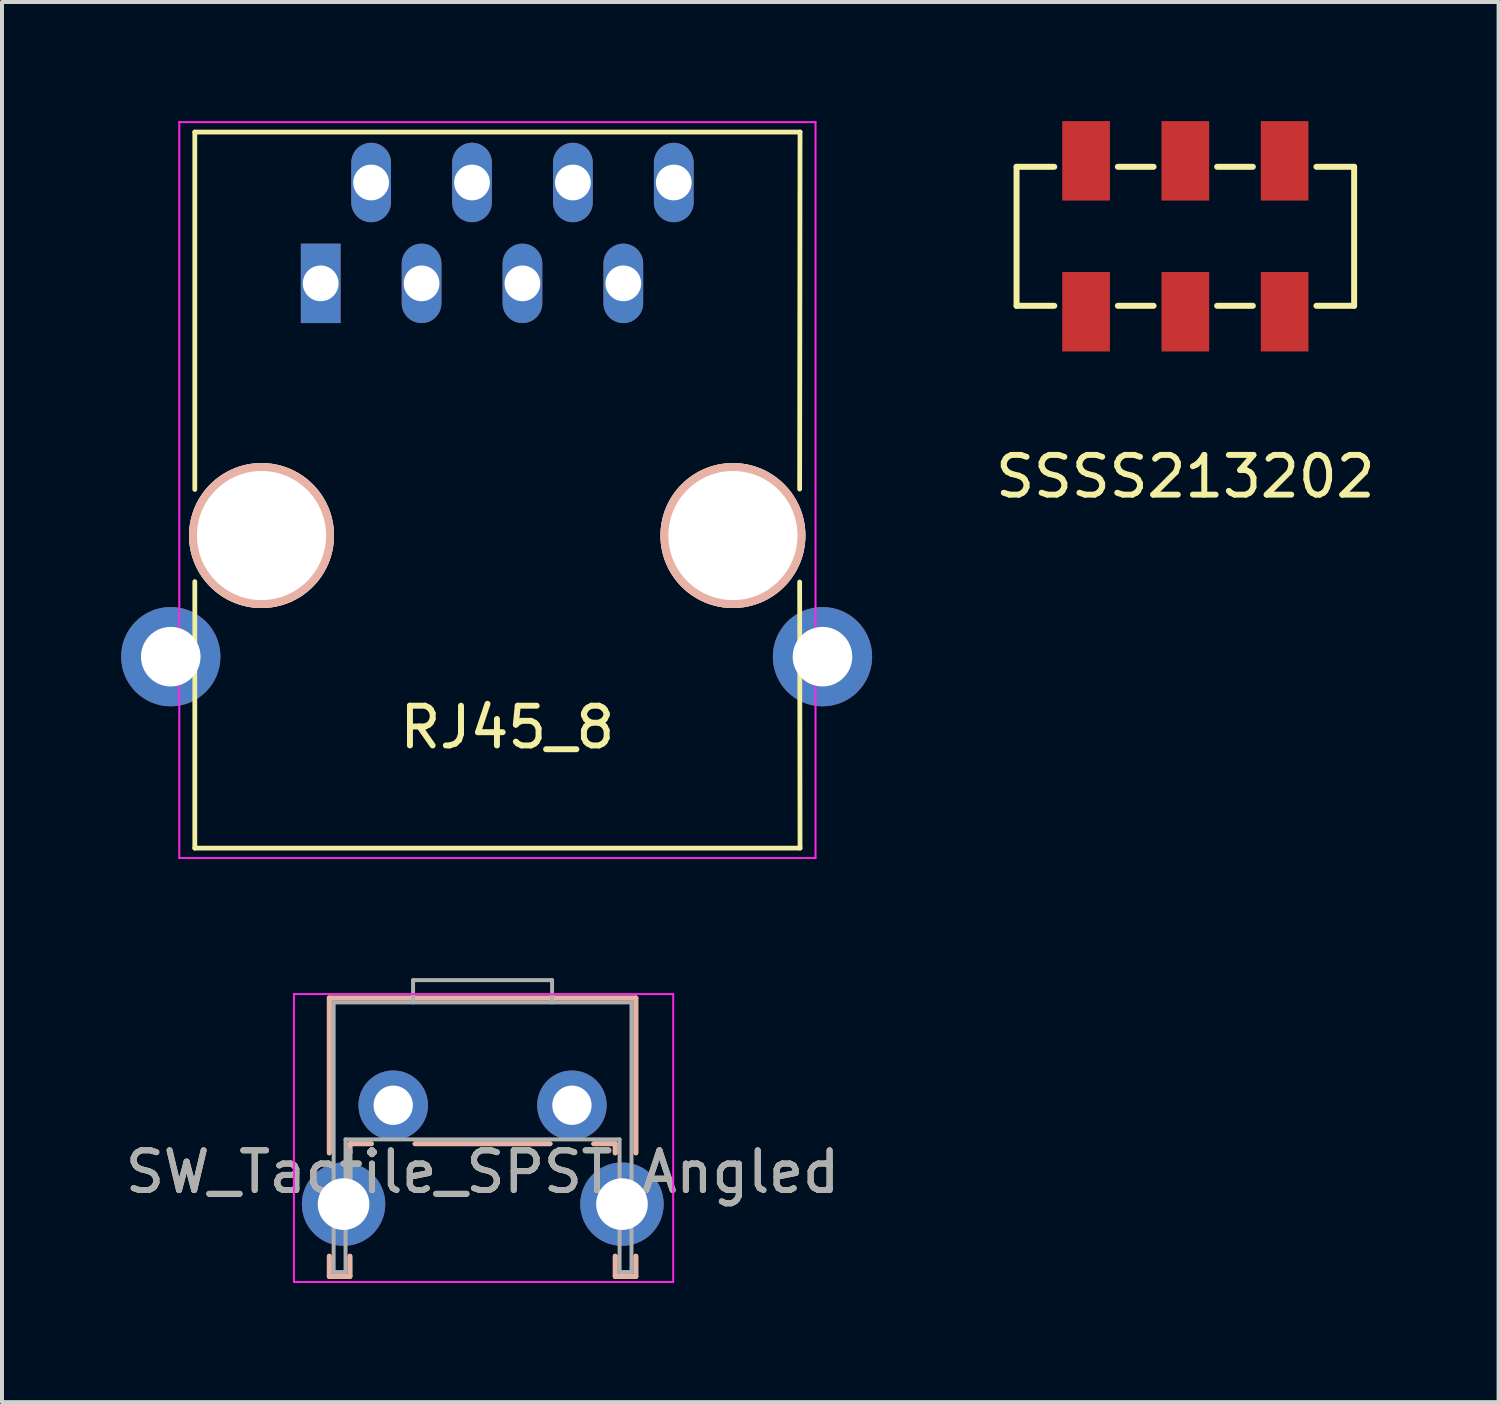
<source format=kicad_pcb>
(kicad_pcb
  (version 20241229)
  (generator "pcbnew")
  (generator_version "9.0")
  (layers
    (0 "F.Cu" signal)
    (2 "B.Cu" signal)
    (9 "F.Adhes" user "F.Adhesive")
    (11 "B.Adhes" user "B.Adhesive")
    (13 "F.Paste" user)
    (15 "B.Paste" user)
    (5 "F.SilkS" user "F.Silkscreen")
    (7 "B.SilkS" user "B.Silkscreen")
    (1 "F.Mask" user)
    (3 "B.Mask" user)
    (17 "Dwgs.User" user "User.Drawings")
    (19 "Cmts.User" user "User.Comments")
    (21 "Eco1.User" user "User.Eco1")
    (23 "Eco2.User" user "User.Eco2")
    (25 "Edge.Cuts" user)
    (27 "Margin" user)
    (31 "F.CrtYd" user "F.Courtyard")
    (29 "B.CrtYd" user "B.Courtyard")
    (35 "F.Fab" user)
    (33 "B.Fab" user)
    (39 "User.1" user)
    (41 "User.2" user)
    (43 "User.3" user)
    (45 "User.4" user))
  (footprint "RJ45_8"
    (layer "F.Cu")
    (at 5.025 4.085)
    (property "Reference" "RJ45_8" (at 4.7 11.18 0) (layer "F.SilkS") (effects (font (size 1 1) (thickness 0.15))))
    (attr through_hole)
    (fp_line (start -3.17 -3.81) (end -3.17 5.19) (stroke (width 0.12) (type solid)) (layer "F.SilkS"))
    (fp_line (start -3.17 7.51) (end -3.17 14.22) (stroke (width 0.12) (type solid)) (layer "F.SilkS"))
    (fp_line (start -3.17 14.22) (end 12.07 14.22) (stroke (width 0.12) (type solid)) (layer "F.SilkS"))
    (fp_line (start 12.06 7.52) (end 12.07 14.22) (stroke (width 0.12) (type solid)) (layer "F.SilkS"))
    (fp_line (start 12.07 -3.81) (end -3.17 -3.81) (stroke (width 0.12) (type solid)) (layer "F.SilkS"))
    (fp_line (start 12.07 -3.81) (end 12.06 5.18) (stroke (width 0.12) (type solid)) (layer "F.SilkS"))
    (fp_line (start -3.56 -4.06) (end -3.56 14.47) (stroke (width 0.05) (type solid)) (layer "F.CrtYd"))
    (fp_line (start -3.56 -4.06) (end 12.46 -4.06) (stroke (width 0.05) (type solid)) (layer "F.CrtYd"))
    (fp_line (start 12.46 14.47) (end -3.56 14.47) (stroke (width 0.05) (type solid)) (layer "F.CrtYd"))
    (fp_line (start 12.46 14.47) (end 12.46 -4.06) (stroke (width 0.05) (type solid)) (layer "F.CrtYd"))
    (pad "" thru_hole circle (at -3.775 9.4) (size 2.5 2.5) (drill 1.5) (layers "*.Cu" "*.Mask"))
    (pad "" np_thru_hole circle (at -1.49 6.35) (size 3.65 3.65) (drill 3.25) (layers "*.Cu" "*.SilkS" "*.Mask"))
    (pad "" np_thru_hole circle (at 10.38 6.35) (size 3.65 3.65) (drill 3.25) (layers "*.Cu" "*.SilkS" "*.Mask"))
    (pad "" thru_hole circle (at 12.635 9.4) (size 2.5 2.5) (drill 1.5) (layers "*.Cu" "*.Mask"))
    (pad "1" thru_hole trapezoid (at 0 0) (size 1 2) (drill 0.9) (layers "*.Cu" "*.Mask"))
    (pad "2" thru_hole oval (at 1.27 -2.54) (size 1 2) (drill 0.9) (layers "*.Cu" "*.Mask"))
    (pad "3" thru_hole oval (at 2.54 0) (size 1 2) (drill 0.9) (layers "*.Cu" "*.Mask"))
    (pad "4" thru_hole oval (at 3.81 -2.54) (size 1 2) (drill 0.9) (layers "*.Cu" "*.Mask"))
    (pad "5" thru_hole oval (at 5.08 0) (size 1 2) (drill 0.9) (layers "*.Cu" "*.Mask"))
    (pad "6" thru_hole oval (at 6.35 -2.54) (size 1 2) (drill 0.9) (layers "*.Cu" "*.Mask"))
    (pad "7" thru_hole oval (at 7.62 0) (size 1 2) (drill 0.9) (layers "*.Cu" "*.Mask"))
    (pad "8" thru_hole oval (at 8.89 -2.54) (size 1 2) (drill 0.9) (layers "*.Cu" "*.Mask")))
  (footprint "SW_Tactile_SPST_Angled"
    (layer "F.Cu")
    (at 6.851 24.78)
    (property "Reference" "SW_Tactile_SPST_Angled" (at 2.25 1.68 0) (layer "F.SilkS") (effects (font (size 1 1) (thickness 0.15))))
    (attr through_hole)
    (fp_line (start -1.61 -2.7) (end -1.61 1.2) (stroke (width 0.12) (type solid)) (layer "F.SilkS"))
    (fp_line (start -1.61 -2.7) (end 6.11 -2.7) (stroke (width 0.12) (type solid)) (layer "F.SilkS"))
    (fp_line (start -1.61 3.8) (end -1.61 4.31) (stroke (width 0.12) (type solid)) (layer "F.SilkS"))
    (fp_line (start -1.61 4.31) (end -1.09 4.31) (stroke (width 0.12) (type solid)) (layer "F.SilkS"))
    (fp_line (start -1.09 0.97) (end -1.09 1.2) (stroke (width 0.12) (type solid)) (layer "F.SilkS"))
    (fp_line (start -1.09 0.97) (end -0.55 0.97) (stroke (width 0.12) (type solid)) (layer "F.SilkS"))
    (fp_line (start -1.09 3.8) (end -1.09 4.31) (stroke (width 0.12) (type solid)) (layer "F.SilkS"))
    (fp_line (start 0.55 0.97) (end 3.95 0.97) (stroke (width 0.12) (type solid)) (layer "F.SilkS"))
    (fp_line (start 5.05 0.97) (end 5.59 0.97) (stroke (width 0.12) (type solid)) (layer "F.SilkS"))
    (fp_line (start 5.59 0.97) (end 5.59 1.2) (stroke (width 0.12) (type solid)) (layer "F.SilkS"))
    (fp_line (start 5.59 3.8) (end 5.59 4.31) (stroke (width 0.12) (type solid)) (layer "F.SilkS"))
    (fp_line (start 5.59 4.31) (end 6.11 4.31) (stroke (width 0.12) (type solid)) (layer "F.SilkS"))
    (fp_line (start 6.11 -2.7) (end 6.11 1.2) (stroke (width 0.12) (type solid)) (layer "F.SilkS"))
    (fp_line (start 6.11 3.8) (end 6.11 4.31) (stroke (width 0.12) (type solid)) (layer "F.SilkS"))
    (fp_line (start -1.61 -2.7) (end -1.61 1.2) (stroke (width 0.12) (type solid)) (layer "B.SilkS"))
    (fp_line (start -1.61 -2.7) (end 6.11 -2.7) (stroke (width 0.12) (type solid)) (layer "B.SilkS"))
    (fp_line (start -1.61 3.8) (end -1.61 4.31) (stroke (width 0.12) (type solid)) (layer "B.SilkS"))
    (fp_line (start -1.61 4.31) (end -1.09 4.31) (stroke (width 0.12) (type solid)) (layer "B.SilkS"))
    (fp_line (start -1.09 0.97) (end -1.09 1.2) (stroke (width 0.12) (type solid)) (layer "B.SilkS"))
    (fp_line (start -1.09 0.97) (end -0.55 0.97) (stroke (width 0.12) (type solid)) (layer "B.SilkS"))
    (fp_line (start -1.09 3.8) (end -1.09 4.31) (stroke (width 0.12) (type solid)) (layer "B.SilkS"))
    (fp_line (start 0.55 0.97) (end 3.95 0.97) (stroke (width 0.12) (type solid)) (layer "B.SilkS"))
    (fp_line (start 5.05 0.97) (end 5.59 0.97) (stroke (width 0.12) (type solid)) (layer "B.SilkS"))
    (fp_line (start 5.59 0.97) (end 5.59 1.2) (stroke (width 0.12) (type solid)) (layer "B.SilkS"))
    (fp_line (start 5.59 3.8) (end 5.59 4.31) (stroke (width 0.12) (type solid)) (layer "B.SilkS"))
    (fp_line (start 5.59 4.31) (end 6.11 4.31) (stroke (width 0.12) (type solid)) (layer "B.SilkS"))
    (fp_line (start 6.11 -2.7) (end 6.11 1.2) (stroke (width 0.12) (type solid)) (layer "B.SilkS"))
    (fp_line (start 6.11 3.8) (end 6.11 4.31) (stroke (width 0.12) (type solid)) (layer "B.SilkS"))
    (fp_line (start -2.5 -2.8) (end 7.05 -2.8) (stroke (width 0.05) (type solid)) (layer "F.CrtYd"))
    (fp_line (start -2.5 4.45) (end -2.5 -2.8) (stroke (width 0.05) (type solid)) (layer "F.CrtYd"))
    (fp_line (start 7.05 -2.8) (end 7.05 4.45) (stroke (width 0.05) (type solid)) (layer "F.CrtYd"))
    (fp_line (start 7.05 4.45) (end -2.5 4.45) (stroke (width 0.05) (type solid)) (layer "F.CrtYd"))
    (fp_line (start -1.5 -2.59) (end 6 -2.59) (stroke (width 0.1) (type solid)) (layer "F.Fab"))
    (fp_line (start -1.5 4.2) (end -1.5 -2.59) (stroke (width 0.1) (type solid)) (layer "F.Fab"))
    (fp_line (start -1.5 4.2) (end -1.2 4.2) (stroke (width 0.1) (type solid)) (layer "F.Fab"))
    (fp_line (start -1.2 0.86) (end 5.7 0.86) (stroke (width 0.1) (type solid)) (layer "F.Fab"))
    (fp_line (start -1.2 4.2) (end -1.2 0.86) (stroke (width 0.1) (type solid)) (layer "F.Fab"))
    (fp_line (start 0.5 -3.15) (end 0.5 -2.59) (stroke (width 0.1) (type solid)) (layer "F.Fab"))
    (fp_line (start 0.5 -3.15) (end 4 -3.15) (stroke (width 0.1) (type solid)) (layer "F.Fab"))
    (fp_line (start 4 -3.15) (end 4 -2.59) (stroke (width 0.1) (type solid)) (layer "F.Fab"))
    (fp_line (start 5.7 4.2) (end 5.7 0.86) (stroke (width 0.1) (type solid)) (layer "F.Fab"))
    (fp_line (start 5.7 4.2) (end 6 4.2) (stroke (width 0.1) (type solid)) (layer "F.Fab"))
    (fp_line (start 6 4.2) (end 6 -2.59) (stroke (width 0.1) (type solid)) (layer "F.Fab"))
    (fp_text user "${REFERENCE}" (at 2.25 1.68 0) (layer "F.Fab") (effects (font (size 1 1) (thickness 0.15))))
    (pad "" thru_hole circle (at -1.25 2.49) (size 2.1 2.1) (drill 1.3) (layers "*.Cu" "*.Mask"))
    (pad "" thru_hole circle (at 5.76 2.49) (size 2.1 2.1) (drill 1.3) (layers "*.Cu" "*.Mask"))
    (pad "1" thru_hole circle (at 0 0) (size 1.75 1.75) (drill 0.99) (layers "*.Cu" "*.Mask"))
    (pad "2" thru_hole circle (at 4.5 0) (size 1.75 1.75) (drill 0.99) (layers "*.Cu" "*.Mask")))
  (footprint "SSSS213202"
    (layer "F.Cu")
    (at 26.797 2.9)
    (property "Reference" "SSSS213202" (at 0 6.05 0) (layer "F.SilkS") (effects (font (size 1 1) (thickness 0.15))))
    (attr through_hole)
    (fp_line (start -4.25 -1.75) (end -4.25 1.75) (stroke (width 0.15) (type solid)) (layer "F.SilkS"))
    (fp_line (start -3.3 -1.75) (end -4.25 -1.75) (stroke (width 0.15) (type solid)) (layer "F.SilkS"))
    (fp_line (start -3.3 1.75) (end -4.25 1.75) (stroke (width 0.15) (type solid)) (layer "F.SilkS"))
    (fp_line (start -1.7 -1.75) (end -0.8 -1.75) (stroke (width 0.15) (type solid)) (layer "F.SilkS"))
    (fp_line (start -0.8 1.75) (end -1.7 1.75) (stroke (width 0.15) (type solid)) (layer "F.SilkS"))
    (fp_line (start 0.8 -1.75) (end 1.7 -1.75) (stroke (width 0.15) (type solid)) (layer "F.SilkS"))
    (fp_line (start 1.7 1.75) (end 0.8 1.75) (stroke (width 0.15) (type solid)) (layer "F.SilkS"))
    (fp_line (start 3.3 -1.75) (end 4.25 -1.75) (stroke (width 0.15) (type solid)) (layer "F.SilkS"))
    (fp_line (start 3.3 1.75) (end 4.25 1.75) (stroke (width 0.15) (type solid)) (layer "F.SilkS"))
    (fp_line (start 4.25 1.75) (end 4.25 -1.75) (stroke (width 0.15) (type solid)) (layer "F.SilkS"))
    (pad "1" smd trapezoid (at -2.5 -1.9) (size 1.2 2) (layers "F.Cu" "F.Mask" "F.Paste"))
    (pad "1" smd trapezoid (at -2.5 1.9) (size 1.2 2) (layers "F.Cu" "F.Mask" "F.Paste"))
    (pad "2" smd trapezoid (at 0 -1.9) (size 1.2 2) (layers "F.Cu" "F.Mask" "F.Paste"))
    (pad "2" smd trapezoid (at 0 1.9) (size 1.2 2) (layers "F.Cu" "F.Mask" "F.Paste"))
    (pad "3" smd trapezoid (at 2.5 -1.9) (size 1.2 2) (layers "F.Cu" "F.Mask" "F.Paste"))
    (pad "3" smd trapezoid (at 2.5 1.9) (size 1.2 2) (layers "F.Cu" "F.Mask" "F.Paste")))
  (gr_rect
    (start -3 -3)
    (end 34.684 32.255)
    (stroke (width 0.1) (type default))
    (fill no)
    (layer "Edge.Cuts")))
</source>
